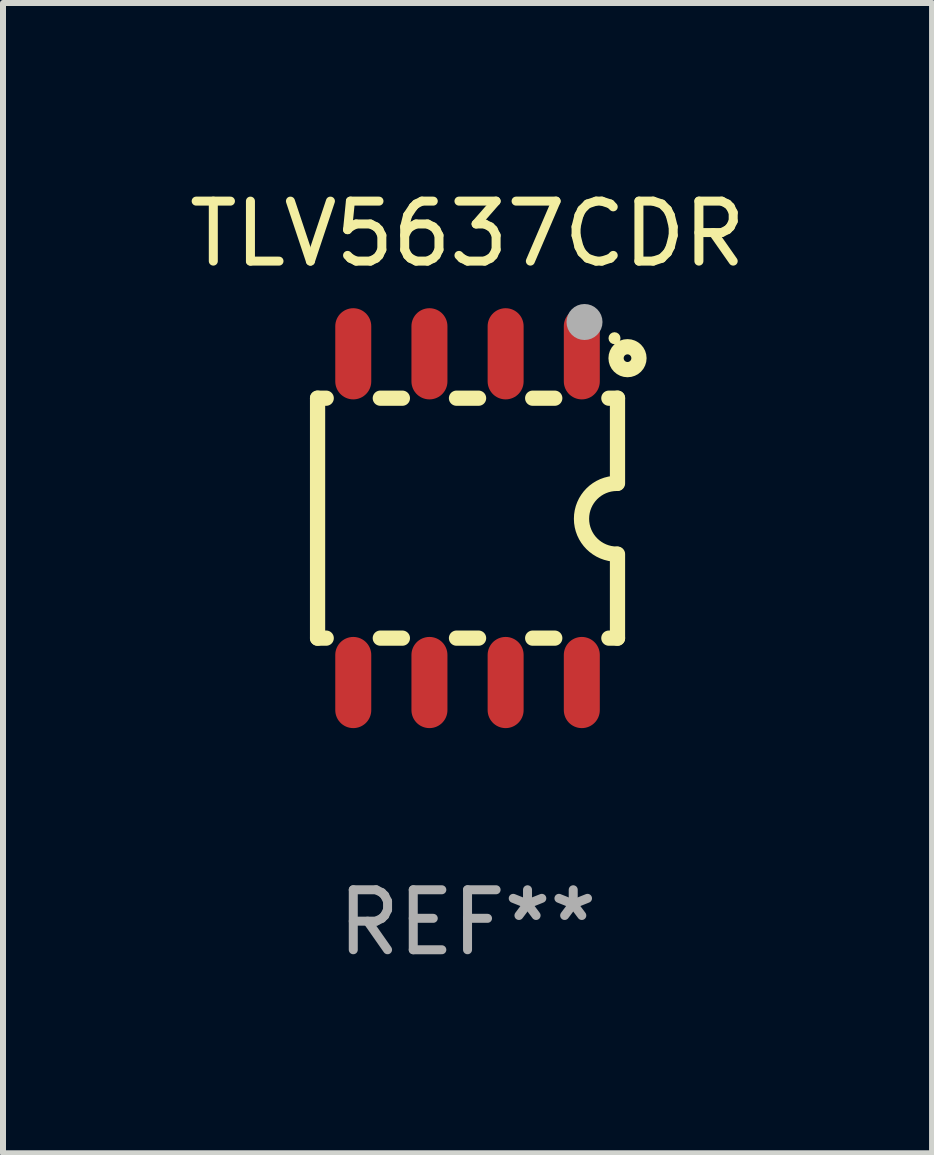
<source format=kicad_pcb>
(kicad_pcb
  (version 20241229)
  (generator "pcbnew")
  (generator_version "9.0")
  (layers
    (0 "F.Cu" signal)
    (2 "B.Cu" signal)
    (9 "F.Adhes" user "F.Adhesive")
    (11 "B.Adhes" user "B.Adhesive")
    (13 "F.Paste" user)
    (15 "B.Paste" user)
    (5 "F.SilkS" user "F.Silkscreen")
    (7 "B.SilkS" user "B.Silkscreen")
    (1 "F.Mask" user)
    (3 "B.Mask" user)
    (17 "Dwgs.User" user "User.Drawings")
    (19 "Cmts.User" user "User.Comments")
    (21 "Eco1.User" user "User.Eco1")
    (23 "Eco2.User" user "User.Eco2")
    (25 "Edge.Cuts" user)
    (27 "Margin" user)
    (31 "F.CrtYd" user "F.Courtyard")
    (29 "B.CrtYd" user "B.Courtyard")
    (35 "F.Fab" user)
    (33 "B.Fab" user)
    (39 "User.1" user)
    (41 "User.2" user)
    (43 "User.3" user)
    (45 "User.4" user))
  (footprint "TLV5637CDR"
    (layer "F.Cu")
    (at 4.744 5.588)
    (property "Reference" "TLV5637CDR" (at 0 -4.74 0) (layer "F.SilkS") (effects (font (size 1 1) (thickness 0.15))))
    (attr through_hole)
    (fp_line (start -2.5 2) (end -2.5 -2) (stroke (width 0.254) (type solid)) (layer "F.SilkS"))
    (fp_line (start -2.356 -2) (end -2.5 -2) (stroke (width 0.254) (type solid)) (layer "F.SilkS"))
    (fp_line (start -2.356 2) (end -2.5 2) (stroke (width 0.254) (type solid)) (layer "F.SilkS"))
    (fp_line (start -1.086 -2) (end -1.454 -2) (stroke (width 0.254) (type solid)) (layer "F.SilkS"))
    (fp_line (start -1.086 2) (end -1.454 2) (stroke (width 0.254) (type solid)) (layer "F.SilkS"))
    (fp_line (start 0.184 -2) (end -0.184 -2) (stroke (width 0.254) (type solid)) (layer "F.SilkS"))
    (fp_line (start 0.184 2) (end -0.184 2) (stroke (width 0.254) (type solid)) (layer "F.SilkS"))
    (fp_line (start 1.454 -2) (end 1.086 -2) (stroke (width 0.254) (type solid)) (layer "F.SilkS"))
    (fp_line (start 1.454 2) (end 1.086 2) (stroke (width 0.254) (type solid)) (layer "F.SilkS"))
    (fp_line (start 2.5 -2) (end 2.356 -2) (stroke (width 0.254) (type solid)) (layer "F.SilkS"))
    (fp_line (start 2.5 -0.58) (end 2.5 -2) (stroke (width 0.254) (type solid)) (layer "F.SilkS"))
    (fp_line (start 2.5 2) (end 2.356 2) (stroke (width 0.254) (type solid)) (layer "F.SilkS"))
    (fp_line (start 2.5 2) (end 2.5 0.6) (stroke (width 0.254) (type solid)) (layer "F.SilkS"))
    (fp_arc (start 2.489992 0.600051) (mid 1.901674 0.010046) (end 2.489992 -0.579959) (stroke (width 0.254001) (type solid)) (layer "F.SilkS"))
    (fp_circle (center 2.45 -3) (end 2.5 -3) (stroke (width 0.1) (type solid)) (fill no) (layer "F.SilkS"))
    (fp_circle (center 2.667 -2.667) (end 2.858 -2.667) (stroke (width 0.254) (type solid)) (fill no) (layer "F.SilkS"))
    (fp_circle (center 1.95 -3.27) (end 2.1 -3.27) (stroke (width 0.3) (type solid)) (fill no) (layer "F.Fab"))
    (fp_text user "REF**" (at 0 6.74 0) (layer "F.Fab") (effects (font (size 1 1) (thickness 0.15))))
    (pad "1" smd oval (at 1.905 -2.74) (size 0.6 1.52) (layers "F.Cu" "F.Mask" "F.Paste"))
    (pad "2" smd oval (at 0.635 -2.74) (size 0.6 1.52) (layers "F.Cu" "F.Mask" "F.Paste"))
    (pad "3" smd oval (at -0.635 -2.74) (size 0.6 1.52) (layers "F.Cu" "F.Mask" "F.Paste"))
    (pad "4" smd oval (at -1.905 -2.74) (size 0.6 1.52) (layers "F.Cu" "F.Mask" "F.Paste"))
    (pad "5" smd oval (at -1.905 2.74) (size 0.6 1.52) (layers "F.Cu" "F.Mask" "F.Paste"))
    (pad "6" smd oval (at -0.635 2.74) (size 0.6 1.52) (layers "F.Cu" "F.Mask" "F.Paste"))
    (pad "7" smd oval (at 0.635 2.74) (size 0.6 1.52) (layers "F.Cu" "F.Mask" "F.Paste"))
    (pad "8" smd oval (at 1.905 2.74) (size 0.6 1.52) (layers "F.Cu" "F.Mask" "F.Paste")))
  (gr_rect
    (start -3 -3)
    (end 12.488 16.176)
    (stroke (width 0.1) (type default))
    (fill no)
    (layer "Edge.Cuts")))
</source>
